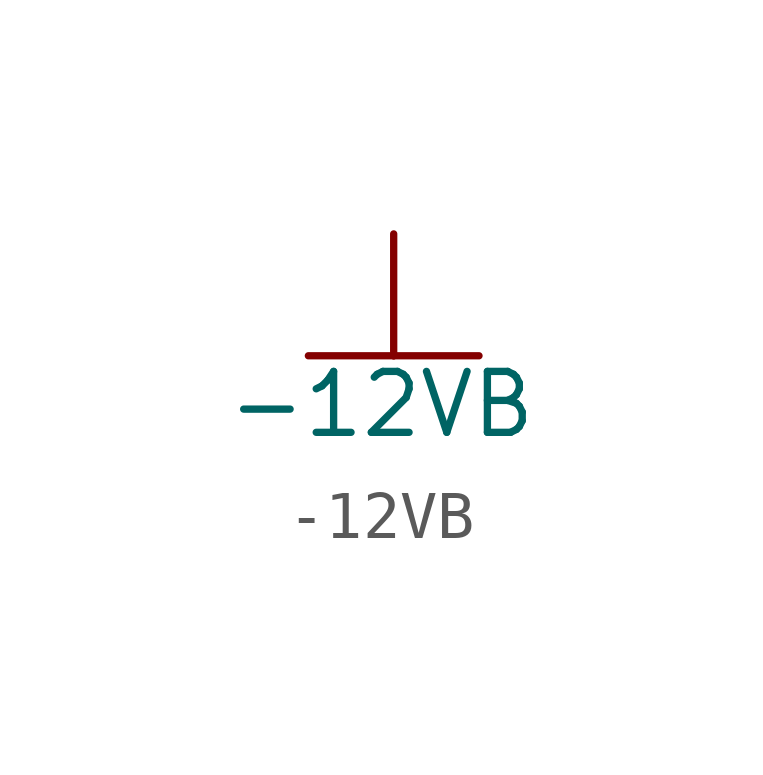
<source format=kicad_sym>
(kicad_symbol_lib
  (version 20231120)
  (generator "kicad_symbol_editor")
  (generator_version "8.0")
  (symbol "-12VB"
    (power)
    (pin_numbers hide)
    (pin_names
      (offset 0) hide)
    (property "Reference" "#PWR"
      (at 0 -7.112 0)
      (effects (font (size 1.27 1.27)) (hide yes)))
    (property "Value" "-12VB"
      (at -0.254 -3.556 0)
      (effects (font (size 1.27 1.27))))
    (property "Footprint" ""
      (at 0 0 0)
      (effects (font (size 1.524 1.524))))
    (property "Datasheet" ""
      (at 0 0 0)
      (effects (font (size 1.524 1.524))))
    (symbol "-12VB_0_1"
      (polyline (pts (xy -1.778 -2.54) (xy 0 -2.54)) (stroke (width 0) (type default)) (fill (type none)))
      (polyline (pts (xy 0 -2.54) (xy 0 0)) (stroke (width 0) (type default)) (fill (type none)))
      (polyline (pts (xy 0 -2.54) (xy 1.778 -2.54)) (stroke (width 0) (type default)) (fill (type none))))
    (symbol "-12VB_1_1"
      (pin power_in line (at 0 0 270) (length 0) hide (name "-12VB" (effects (font (size 1.27 1.27)))) (number "1" (effects (font (size 1.27 1.27))))))))
</source>
